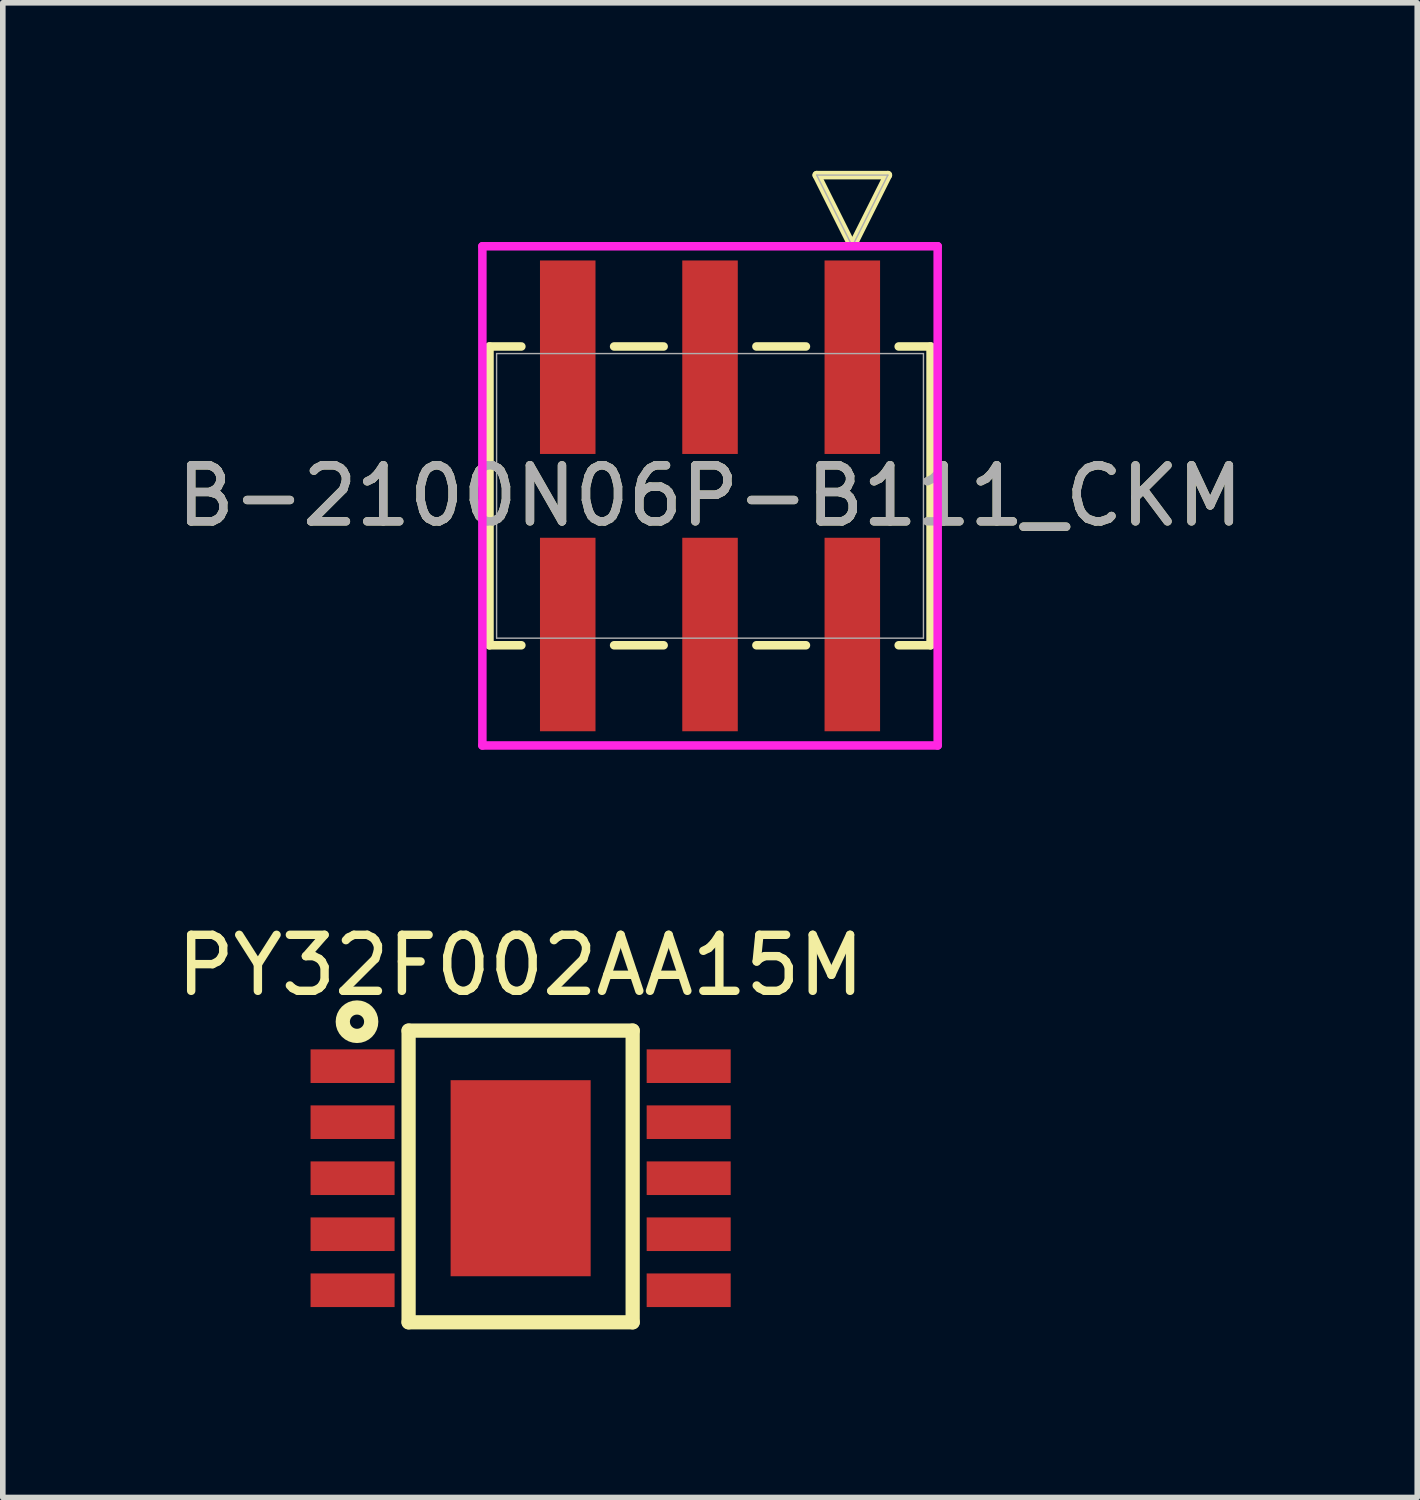
<source format=kicad_pcb>
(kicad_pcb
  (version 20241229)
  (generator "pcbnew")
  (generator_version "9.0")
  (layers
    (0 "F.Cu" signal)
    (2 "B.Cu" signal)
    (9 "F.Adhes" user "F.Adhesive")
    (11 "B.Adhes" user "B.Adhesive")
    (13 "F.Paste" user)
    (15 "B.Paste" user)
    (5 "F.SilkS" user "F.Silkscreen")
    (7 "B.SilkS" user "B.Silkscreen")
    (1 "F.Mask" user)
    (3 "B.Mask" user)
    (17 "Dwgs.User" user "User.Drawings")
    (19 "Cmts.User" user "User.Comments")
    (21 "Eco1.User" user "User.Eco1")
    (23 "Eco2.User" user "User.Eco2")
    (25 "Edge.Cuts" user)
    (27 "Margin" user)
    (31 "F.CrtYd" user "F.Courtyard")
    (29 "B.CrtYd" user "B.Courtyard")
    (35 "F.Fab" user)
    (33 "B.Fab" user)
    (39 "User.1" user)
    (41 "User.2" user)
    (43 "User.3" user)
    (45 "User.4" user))
  (footprint "PY32F002AA15M"
    (layer "F.Cu")
    (at 6.244 17.983)
    (property "Reference" "PY32F002AA15M" (at 0 -3.8 0) (layer "F.SilkS") (effects (font (size 1 1) (thickness 0.15))))
    (attr through_hole)
    (fp_line (start -2 -2.635) (end 2 -2.635) (stroke (width 0.254) (type solid)) (layer "F.SilkS"))
    (fp_line (start -2 2.572) (end -2 -2.635) (stroke (width 0.254) (type solid)) (layer "F.SilkS"))
    (fp_line (start 2 -2.635) (end 2 2.572) (stroke (width 0.254) (type solid)) (layer "F.SilkS"))
    (fp_line (start 2 2.572) (end -2 2.572) (stroke (width 0.254) (type solid)) (layer "F.SilkS"))
    (fp_circle (center -2.921 -2.794) (end -2.921 -2.54) (stroke (width 0.254) (type solid)) (fill no) (layer "F.SilkS"))
    (pad "1" smd rect (at -3 -2) (size 1.5 0.6) (layers "F.Cu" "F.Mask" "F.Paste"))
    (pad "2" smd rect (at -3 -1) (size 1.5 0.6) (layers "F.Cu" "F.Mask" "F.Paste"))
    (pad "3" smd rect (at -3 0) (size 1.5 0.6) (layers "F.Cu" "F.Mask" "F.Paste"))
    (pad "4" smd rect (at -3 1) (size 1.5 0.6) (layers "F.Cu" "F.Mask" "F.Paste"))
    (pad "5" smd rect (at -3 2) (size 1.5 0.6) (layers "F.Cu" "F.Mask" "F.Paste"))
    (pad "6" smd rect (at 3 2) (size 1.5 0.6) (layers "F.Cu" "F.Mask" "F.Paste"))
    (pad "7" smd rect (at 3 1) (size 1.5 0.6) (layers "F.Cu" "F.Mask" "F.Paste"))
    (pad "8" smd rect (at 3 0) (size 1.5 0.6) (layers "F.Cu" "F.Mask" "F.Paste"))
    (pad "9" smd rect (at 3 -1) (size 1.5 0.6) (layers "F.Cu" "F.Mask" "F.Paste"))
    (pad "10" smd rect (at 0.000127 0) (size 2.5 3.5) (layers "F.Cu" "F.Mask" "F.Paste"))
    (pad "10" smd rect (at 3 -2) (size 1.5 0.6) (layers "F.Cu" "F.Mask" "F.Paste")))
  (footprint "B-2100N06P-B111_CKM"
    (layer "F.Cu")
    (at 12.165 3.327)
    (property "Reference" "B-2100N06P-B111_CKM" (at -2.54 2.475 0) (unlocked yes) (layer "F.SilkS") (effects (font (size 1 1) (thickness 0.15))))
    (attr smd)
    (fp_line (start -6.477 -0.192) (end -6.477 5.142) (stroke (width 0.152) (type solid)) (layer "F.SilkS"))
    (fp_line (start -6.477 5.142) (end -5.908 5.142) (stroke (width 0.152) (type solid)) (layer "F.SilkS"))
    (fp_line (start -5.908 -0.192) (end -6.477 -0.192) (stroke (width 0.152) (type solid)) (layer "F.SilkS"))
    (fp_line (start -4.252 5.142) (end -3.368 5.142) (stroke (width 0.152) (type solid)) (layer "F.SilkS"))
    (fp_line (start -3.368 -0.192) (end -4.252 -0.192) (stroke (width 0.152) (type solid)) (layer "F.SilkS"))
    (fp_line (start -1.712 5.142) (end -0.828 5.142) (stroke (width 0.152) (type solid)) (layer "F.SilkS"))
    (fp_line (start -0.828 -0.192) (end -1.712 -0.192) (stroke (width 0.152) (type solid)) (layer "F.SilkS"))
    (fp_line (start -0.635 -3.251) (end 0.635 -3.251) (stroke (width 0.152) (type solid)) (layer "F.SilkS"))
    (fp_line (start -0.039 -2.06) (end -0.635 -3.251) (stroke (width 0.152) (type solid)) (layer "F.SilkS"))
    (fp_line (start 0.635 -3.251) (end 0.039 -2.06) (stroke (width 0.152) (type solid)) (layer "F.SilkS"))
    (fp_line (start 0.828 5.142) (end 1.397 5.142) (stroke (width 0.152) (type solid)) (layer "F.SilkS"))
    (fp_line (start 1.397 -0.192) (end 0.828 -0.192) (stroke (width 0.152) (type solid)) (layer "F.SilkS"))
    (fp_line (start 1.397 5.142) (end 1.397 -0.192) (stroke (width 0.152) (type solid)) (layer "F.SilkS"))
    (fp_line (start -6.604 -1.981) (end -6.604 6.931) (stroke (width 0.152) (type solid)) (layer "F.CrtYd"))
    (fp_line (start -6.604 6.931) (end 1.524 6.931) (stroke (width 0.152) (type solid)) (layer "F.CrtYd"))
    (fp_line (start 1.524 -1.981) (end -6.604 -1.981) (stroke (width 0.152) (type solid)) (layer "F.CrtYd"))
    (fp_line (start 1.524 6.931) (end 1.524 -1.981) (stroke (width 0.152) (type solid)) (layer "F.CrtYd"))
    (fp_line (start -6.35 -0.065) (end -6.35 5.015) (stroke (width 0.025) (type solid)) (layer "F.Fab"))
    (fp_line (start -6.35 5.015) (end 1.27 5.015) (stroke (width 0.025) (type solid)) (layer "F.Fab"))
    (fp_line (start -0.635 -3.251) (end 0.635 -3.251) (stroke (width 0.025) (type solid)) (layer "F.Fab"))
    (fp_line (start 0 -1.981) (end -0.635 -3.251) (stroke (width 0.025) (type solid)) (layer "F.Fab"))
    (fp_line (start 0.635 -3.251) (end 0 -1.981) (stroke (width 0.025) (type solid)) (layer "F.Fab"))
    (fp_line (start 1.27 -0.065) (end -6.35 -0.065) (stroke (width 0.025) (type solid)) (layer "F.Fab"))
    (fp_line (start 1.27 5.015) (end 1.27 -0.065) (stroke (width 0.025) (type solid)) (layer "F.Fab"))
    (fp_text user "${REFERENCE}" (at -2.54 2.475 0) (unlocked yes) (layer "F.Fab") (effects (font (size 1 1) (thickness 0.15))))
    (pad "1" smd rect (at 0 0) (size 0.991 3.454) (layers "F.Cu" "F.Mask" "F.Paste"))
    (pad "2" smd rect (at 0 4.95) (size 0.991 3.454) (layers "F.Cu" "F.Mask" "F.Paste"))
    (pad "3" smd rect (at -2.54 0) (size 0.991 3.454) (layers "F.Cu" "F.Mask" "F.Paste"))
    (pad "4" smd rect (at -2.54 4.95) (size 0.991 3.454) (layers "F.Cu" "F.Mask" "F.Paste"))
    (pad "5" smd rect (at -5.08 0) (size 0.991 3.454) (layers "F.Cu" "F.Mask" "F.Paste"))
    (pad "6" smd rect (at -5.08 4.95) (size 0.991 3.454) (layers "F.Cu" "F.Mask" "F.Paste")))
  (gr_rect
    (start -3 -3)
    (end 22.25 23.682)
    (stroke (width 0.1) (type default))
    (fill no)
    (layer "Edge.Cuts")))
</source>
